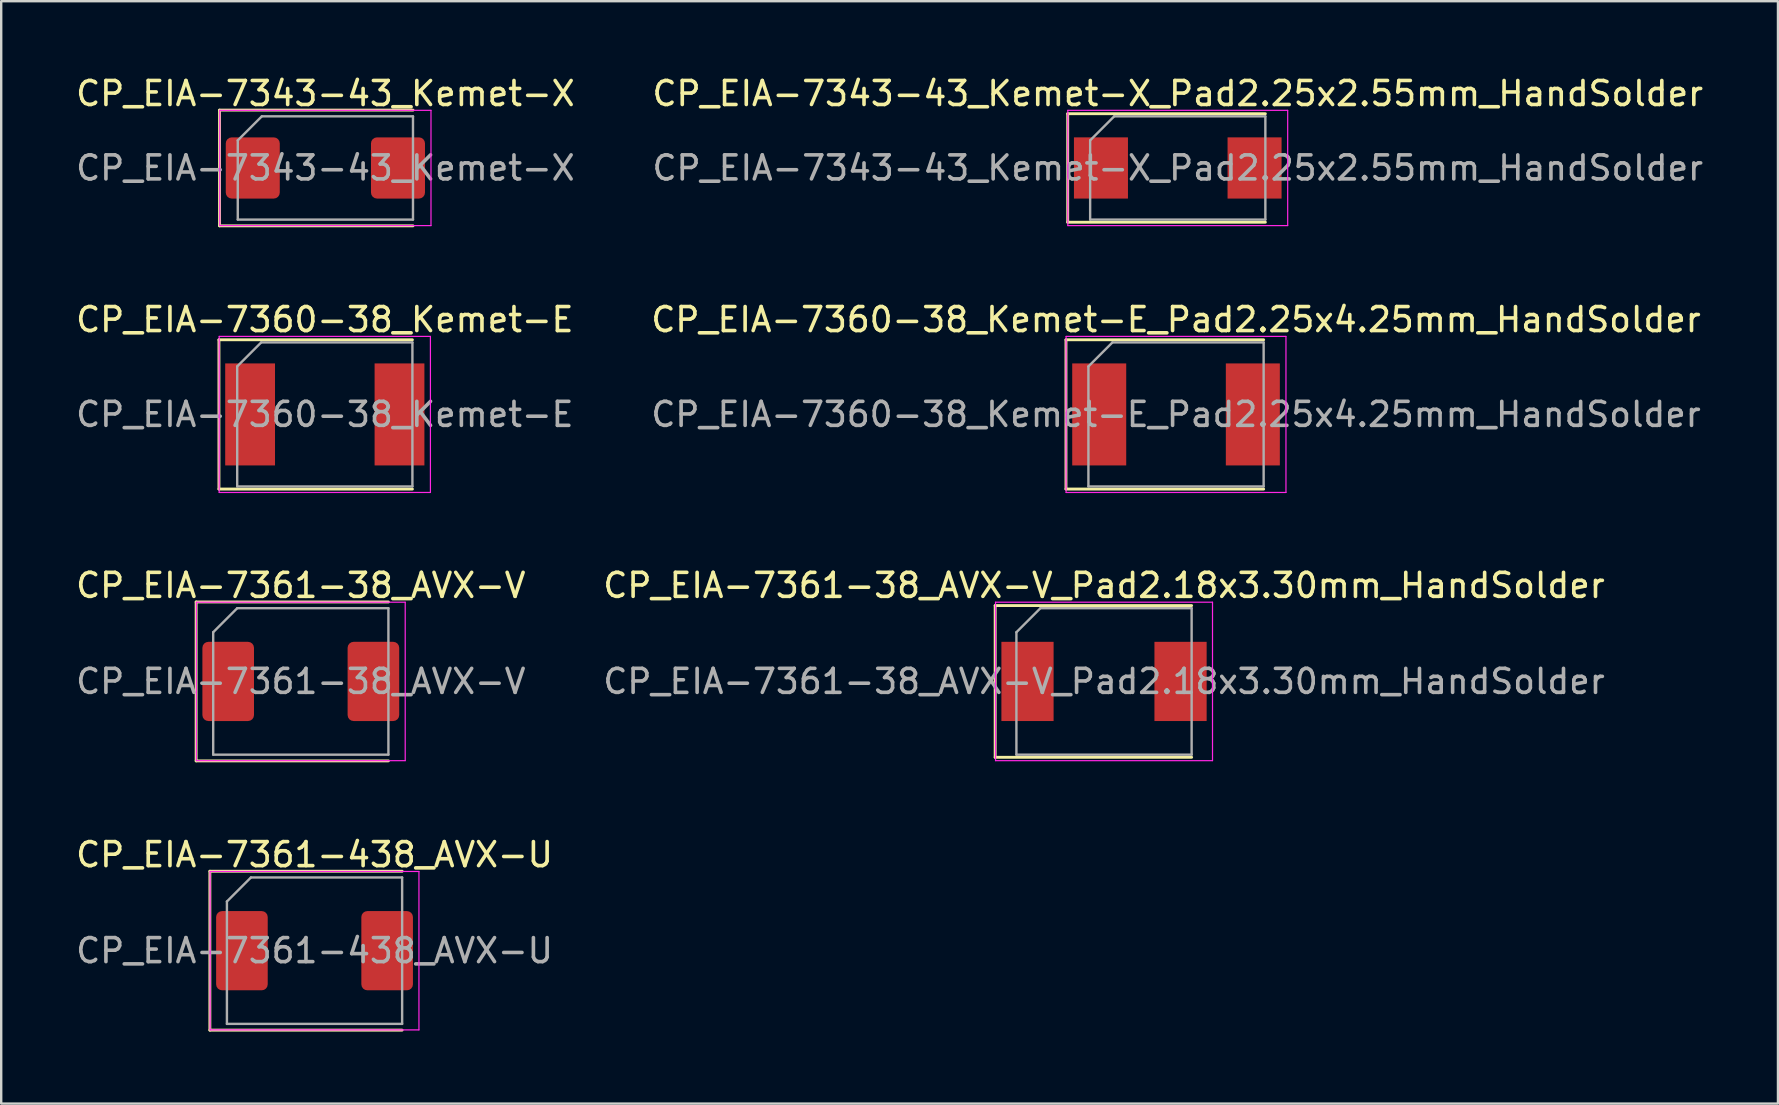
<source format=kicad_pcb>
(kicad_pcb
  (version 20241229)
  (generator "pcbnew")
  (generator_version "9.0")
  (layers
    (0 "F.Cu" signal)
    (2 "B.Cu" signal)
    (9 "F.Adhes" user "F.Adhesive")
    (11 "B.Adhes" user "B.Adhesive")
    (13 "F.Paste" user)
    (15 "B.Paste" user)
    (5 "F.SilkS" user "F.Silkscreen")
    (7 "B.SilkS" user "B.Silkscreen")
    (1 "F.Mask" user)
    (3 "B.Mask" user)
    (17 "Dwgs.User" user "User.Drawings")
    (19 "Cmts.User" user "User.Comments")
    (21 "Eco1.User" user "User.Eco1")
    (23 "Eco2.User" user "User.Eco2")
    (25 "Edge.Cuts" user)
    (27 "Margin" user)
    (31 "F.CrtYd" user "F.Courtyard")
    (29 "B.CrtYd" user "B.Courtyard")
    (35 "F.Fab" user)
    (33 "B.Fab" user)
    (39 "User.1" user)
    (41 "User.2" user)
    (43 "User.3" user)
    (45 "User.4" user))
  (footprint "CP_EIA-7361-38_AVX-V_Pad2.18x3.30mm_HandSolder"
    (layer "F.Cu")
    (at 42.946 25.34)
    (property "Reference" "CP_EIA-7361-38_AVX-V_Pad2.18x3.30mm_HandSolder" (at 0 -4 0) (layer "F.SilkS") (effects (font (size 1 1) (thickness 0.15))))
    (attr smd)
    (fp_line (start -4.535 -3.16) (end -4.535 3.16) (stroke (width 0.12) (type solid)) (layer "F.SilkS"))
    (fp_line (start -4.535 3.16) (end 3.65 3.16) (stroke (width 0.12) (type solid)) (layer "F.SilkS"))
    (fp_line (start 3.65 -3.16) (end -4.535 -3.16) (stroke (width 0.12) (type solid)) (layer "F.SilkS"))
    (fp_line (start -4.52 -3.3) (end 4.52 -3.3) (stroke (width 0.05) (type solid)) (layer "F.CrtYd"))
    (fp_line (start -4.52 3.3) (end -4.52 -3.3) (stroke (width 0.05) (type solid)) (layer "F.CrtYd"))
    (fp_line (start 4.52 -3.3) (end 4.52 3.3) (stroke (width 0.05) (type solid)) (layer "F.CrtYd"))
    (fp_line (start 4.52 3.3) (end -4.52 3.3) (stroke (width 0.05) (type solid)) (layer "F.CrtYd"))
    (fp_line (start -3.65 -2.05) (end -3.65 3.05) (stroke (width 0.1) (type solid)) (layer "F.Fab"))
    (fp_line (start -3.65 3.05) (end 3.65 3.05) (stroke (width 0.1) (type solid)) (layer "F.Fab"))
    (fp_line (start -2.65 -3.05) (end -3.65 -2.05) (stroke (width 0.1) (type solid)) (layer "F.Fab"))
    (fp_line (start 3.65 -3.05) (end -2.65 -3.05) (stroke (width 0.1) (type solid)) (layer "F.Fab"))
    (fp_line (start 3.65 3.05) (end 3.65 -3.05) (stroke (width 0.1) (type solid)) (layer "F.Fab"))
    (fp_text user "${REFERENCE}" (at 0 0 0) (layer "F.Fab") (effects (font (size 1 1) (thickness 0.15))))
    (pad "1" smd rect (at -3.188 0) (size 2.175 3.3) (layers "F.Cu" "F.Mask" "F.Paste"))
    (pad "2" smd rect (at 3.188 0) (size 2.175 3.3) (layers "F.Cu" "F.Mask" "F.Paste")))
  (footprint "CP_EIA-7343-43_Kemet-X"
    (layer "F.Cu")
    (at 10.506 3.948)
    (property "Reference" "CP_EIA-7343-43_Kemet-X" (at 0 -3.1 0) (layer "F.SilkS") (effects (font (size 1 1) (thickness 0.15))))
    (attr smd)
    (fp_line (start -4.41 -2.41) (end -4.41 2.41) (stroke (width 0.12) (type solid)) (layer "F.SilkS"))
    (fp_line (start -4.41 2.41) (end 3.65 2.41) (stroke (width 0.12) (type solid)) (layer "F.SilkS"))
    (fp_line (start 3.65 -2.41) (end -4.41 -2.41) (stroke (width 0.12) (type solid)) (layer "F.SilkS"))
    (fp_line (start -4.4 -2.4) (end 4.4 -2.4) (stroke (width 0.05) (type solid)) (layer "F.CrtYd"))
    (fp_line (start -4.4 2.4) (end -4.4 -2.4) (stroke (width 0.05) (type solid)) (layer "F.CrtYd"))
    (fp_line (start 4.4 -2.4) (end 4.4 2.4) (stroke (width 0.05) (type solid)) (layer "F.CrtYd"))
    (fp_line (start 4.4 2.4) (end -4.4 2.4) (stroke (width 0.05) (type solid)) (layer "F.CrtYd"))
    (fp_line (start -3.65 -1.15) (end -3.65 2.15) (stroke (width 0.1) (type solid)) (layer "F.Fab"))
    (fp_line (start -3.65 2.15) (end 3.65 2.15) (stroke (width 0.1) (type solid)) (layer "F.Fab"))
    (fp_line (start -2.65 -2.15) (end -3.65 -1.15) (stroke (width 0.1) (type solid)) (layer "F.Fab"))
    (fp_line (start 3.65 -2.15) (end -2.65 -2.15) (stroke (width 0.1) (type solid)) (layer "F.Fab"))
    (fp_line (start 3.65 2.15) (end 3.65 -2.15) (stroke (width 0.1) (type solid)) (layer "F.Fab"))
    (fp_text user "${REFERENCE}" (at 0 0 0) (layer "F.Fab") (effects (font (size 1 1) (thickness 0.15))))
    (pad "1" smd roundrect (at -3.025 0) (size 2.25 2.55) (layers "F.Cu" "F.Mask" "F.Paste") (roundrect_rratio 0.111))
    (pad "2" smd roundrect (at 3.025 0) (size 2.25 2.55) (layers "F.Cu" "F.Mask" "F.Paste") (roundrect_rratio 0.111)))
  (footprint "CP_EIA-7360-38_Kemet-E"
    (layer "F.Cu")
    (at 10.482 14.216)
    (property "Reference" "CP_EIA-7360-38_Kemet-E" (at 0 -3.95 0) (layer "F.SilkS") (effects (font (size 1 1) (thickness 0.15))))
    (attr smd)
    (fp_line (start -4.41 -3.11) (end -4.41 3.11) (stroke (width 0.12) (type solid)) (layer "F.SilkS"))
    (fp_line (start -4.41 3.11) (end 3.65 3.11) (stroke (width 0.12) (type solid)) (layer "F.SilkS"))
    (fp_line (start 3.65 -3.11) (end -4.41 -3.11) (stroke (width 0.12) (type solid)) (layer "F.SilkS"))
    (fp_line (start -4.4 -3.25) (end 4.4 -3.25) (stroke (width 0.05) (type solid)) (layer "F.CrtYd"))
    (fp_line (start -4.4 3.25) (end -4.4 -3.25) (stroke (width 0.05) (type solid)) (layer "F.CrtYd"))
    (fp_line (start 4.4 -3.25) (end 4.4 3.25) (stroke (width 0.05) (type solid)) (layer "F.CrtYd"))
    (fp_line (start 4.4 3.25) (end -4.4 3.25) (stroke (width 0.05) (type solid)) (layer "F.CrtYd"))
    (fp_line (start -3.65 -2) (end -3.65 3) (stroke (width 0.1) (type solid)) (layer "F.Fab"))
    (fp_line (start -3.65 3) (end 3.65 3) (stroke (width 0.1) (type solid)) (layer "F.Fab"))
    (fp_line (start -2.65 -3) (end -3.65 -2) (stroke (width 0.1) (type solid)) (layer "F.Fab"))
    (fp_line (start 3.65 -3) (end -2.65 -3) (stroke (width 0.1) (type solid)) (layer "F.Fab"))
    (fp_line (start 3.65 3) (end 3.65 -3) (stroke (width 0.1) (type solid)) (layer "F.Fab"))
    (fp_text user "${REFERENCE}" (at 0 0 0) (layer "F.Fab") (effects (font (size 1 1) (thickness 0.15))))
    (pad "1" smd rect (at -3.112 0) (size 2.075 4.25) (layers "F.Cu" "F.Mask" "F.Paste"))
    (pad "2" smd rect (at 3.112 0) (size 2.075 4.25) (layers "F.Cu" "F.Mask" "F.Paste")))
  (footprint "CP_EIA-7361-438_AVX-U"
    (layer "F.Cu")
    (at 10.054 36.558)
    (property "Reference" "CP_EIA-7361-438_AVX-U" (at 0 -4 0) (layer "F.SilkS") (effects (font (size 1 1) (thickness 0.15))))
    (attr smd)
    (fp_line (start -4.36 -3.31) (end -4.36 3.31) (stroke (width 0.12) (type solid)) (layer "F.SilkS"))
    (fp_line (start -4.36 3.31) (end 3.65 3.31) (stroke (width 0.12) (type solid)) (layer "F.SilkS"))
    (fp_line (start 3.65 -3.31) (end -4.36 -3.31) (stroke (width 0.12) (type solid)) (layer "F.SilkS"))
    (fp_line (start -4.35 -3.3) (end 4.35 -3.3) (stroke (width 0.05) (type solid)) (layer "F.CrtYd"))
    (fp_line (start -4.35 3.3) (end -4.35 -3.3) (stroke (width 0.05) (type solid)) (layer "F.CrtYd"))
    (fp_line (start 4.35 -3.3) (end 4.35 3.3) (stroke (width 0.05) (type solid)) (layer "F.CrtYd"))
    (fp_line (start 4.35 3.3) (end -4.35 3.3) (stroke (width 0.05) (type solid)) (layer "F.CrtYd"))
    (fp_line (start -3.65 -2.05) (end -3.65 3.05) (stroke (width 0.1) (type solid)) (layer "F.Fab"))
    (fp_line (start -3.65 3.05) (end 3.65 3.05) (stroke (width 0.1) (type solid)) (layer "F.Fab"))
    (fp_line (start -2.65 -3.05) (end -3.65 -2.05) (stroke (width 0.1) (type solid)) (layer "F.Fab"))
    (fp_line (start 3.65 -3.05) (end -2.65 -3.05) (stroke (width 0.1) (type solid)) (layer "F.Fab"))
    (fp_line (start 3.65 3.05) (end 3.65 -3.05) (stroke (width 0.1) (type solid)) (layer "F.Fab"))
    (fp_text user "${REFERENCE}" (at 0 0 0) (layer "F.Fab") (effects (font (size 1 1) (thickness 0.15))))
    (pad "1" smd roundrect (at -3.025 0) (size 2.15 3.3) (layers "F.Cu" "F.Mask" "F.Paste") (roundrect_rratio 0.116))
    (pad "2" smd roundrect (at 3.025 0) (size 2.15 3.3) (layers "F.Cu" "F.Mask" "F.Paste") (roundrect_rratio 0.116)))
  (footprint "CP_EIA-7360-38_Kemet-E_Pad2.25x4.25mm_HandSolder"
    (layer "F.Cu")
    (at 45.946 14.216)
    (property "Reference" "CP_EIA-7360-38_Kemet-E_Pad2.25x4.25mm_HandSolder" (at 0 -3.95 0) (layer "F.SilkS") (effects (font (size 1 1) (thickness 0.15))))
    (attr smd)
    (fp_line (start -4.585 -3.11) (end -4.585 3.11) (stroke (width 0.12) (type solid)) (layer "F.SilkS"))
    (fp_line (start -4.585 3.11) (end 3.65 3.11) (stroke (width 0.12) (type solid)) (layer "F.SilkS"))
    (fp_line (start 3.65 -3.11) (end -4.585 -3.11) (stroke (width 0.12) (type solid)) (layer "F.SilkS"))
    (fp_line (start -4.58 -3.25) (end 4.58 -3.25) (stroke (width 0.05) (type solid)) (layer "F.CrtYd"))
    (fp_line (start -4.58 3.25) (end -4.58 -3.25) (stroke (width 0.05) (type solid)) (layer "F.CrtYd"))
    (fp_line (start 4.58 -3.25) (end 4.58 3.25) (stroke (width 0.05) (type solid)) (layer "F.CrtYd"))
    (fp_line (start 4.58 3.25) (end -4.58 3.25) (stroke (width 0.05) (type solid)) (layer "F.CrtYd"))
    (fp_line (start -3.65 -2) (end -3.65 3) (stroke (width 0.1) (type solid)) (layer "F.Fab"))
    (fp_line (start -3.65 3) (end 3.65 3) (stroke (width 0.1) (type solid)) (layer "F.Fab"))
    (fp_line (start -2.65 -3) (end -3.65 -2) (stroke (width 0.1) (type solid)) (layer "F.Fab"))
    (fp_line (start 3.65 -3) (end -2.65 -3) (stroke (width 0.1) (type solid)) (layer "F.Fab"))
    (fp_line (start 3.65 3) (end 3.65 -3) (stroke (width 0.1) (type solid)) (layer "F.Fab"))
    (fp_text user "${REFERENCE}" (at 0 0 0) (layer "F.Fab") (effects (font (size 1 1) (thickness 0.15))))
    (pad "1" smd rect (at -3.2 0) (size 2.25 4.25) (layers "F.Cu" "F.Mask" "F.Paste"))
    (pad "2" smd rect (at 3.2 0) (size 2.25 4.25) (layers "F.Cu" "F.Mask" "F.Paste")))
  (footprint "CP_EIA-7361-38_AVX-V"
    (layer "F.Cu")
    (at 9.482 25.34)
    (property "Reference" "CP_EIA-7361-38_AVX-V" (at 0 -4 0) (layer "F.SilkS") (effects (font (size 1 1) (thickness 0.15))))
    (attr smd)
    (fp_line (start -4.36 -3.31) (end -4.36 3.31) (stroke (width 0.12) (type solid)) (layer "F.SilkS"))
    (fp_line (start -4.36 3.31) (end 3.65 3.31) (stroke (width 0.12) (type solid)) (layer "F.SilkS"))
    (fp_line (start 3.65 -3.31) (end -4.36 -3.31) (stroke (width 0.12) (type solid)) (layer "F.SilkS"))
    (fp_line (start -4.35 -3.3) (end 4.35 -3.3) (stroke (width 0.05) (type solid)) (layer "F.CrtYd"))
    (fp_line (start -4.35 3.3) (end -4.35 -3.3) (stroke (width 0.05) (type solid)) (layer "F.CrtYd"))
    (fp_line (start 4.35 -3.3) (end 4.35 3.3) (stroke (width 0.05) (type solid)) (layer "F.CrtYd"))
    (fp_line (start 4.35 3.3) (end -4.35 3.3) (stroke (width 0.05) (type solid)) (layer "F.CrtYd"))
    (fp_line (start -3.65 -2.05) (end -3.65 3.05) (stroke (width 0.1) (type solid)) (layer "F.Fab"))
    (fp_line (start -3.65 3.05) (end 3.65 3.05) (stroke (width 0.1) (type solid)) (layer "F.Fab"))
    (fp_line (start -2.65 -3.05) (end -3.65 -2.05) (stroke (width 0.1) (type solid)) (layer "F.Fab"))
    (fp_line (start 3.65 -3.05) (end -2.65 -3.05) (stroke (width 0.1) (type solid)) (layer "F.Fab"))
    (fp_line (start 3.65 3.05) (end 3.65 -3.05) (stroke (width 0.1) (type solid)) (layer "F.Fab"))
    (fp_text user "${REFERENCE}" (at 0 0 0) (layer "F.Fab") (effects (font (size 1 1) (thickness 0.15))))
    (pad "1" smd roundrect (at -3.025 0) (size 2.15 3.3) (layers "F.Cu" "F.Mask" "F.Paste") (roundrect_rratio 0.116))
    (pad "2" smd roundrect (at 3.025 0) (size 2.15 3.3) (layers "F.Cu" "F.Mask" "F.Paste") (roundrect_rratio 0.116)))
  (footprint "CP_EIA-7343-43_Kemet-X_Pad2.25x2.55mm_HandSolder"
    (layer "F.Cu")
    (at 46.018 3.948)
    (property "Reference" "CP_EIA-7343-43_Kemet-X_Pad2.25x2.55mm_HandSolder" (at 0 -3.1 0) (layer "F.SilkS") (effects (font (size 1 1) (thickness 0.15))))
    (attr smd)
    (fp_line (start -4.585 -2.26) (end -4.585 2.26) (stroke (width 0.12) (type solid)) (layer "F.SilkS"))
    (fp_line (start -4.585 2.26) (end 3.65 2.26) (stroke (width 0.12) (type solid)) (layer "F.SilkS"))
    (fp_line (start 3.65 -2.26) (end -4.585 -2.26) (stroke (width 0.12) (type solid)) (layer "F.SilkS"))
    (fp_line (start -4.58 -2.4) (end 4.58 -2.4) (stroke (width 0.05) (type solid)) (layer "F.CrtYd"))
    (fp_line (start -4.58 2.4) (end -4.58 -2.4) (stroke (width 0.05) (type solid)) (layer "F.CrtYd"))
    (fp_line (start 4.58 -2.4) (end 4.58 2.4) (stroke (width 0.05) (type solid)) (layer "F.CrtYd"))
    (fp_line (start 4.58 2.4) (end -4.58 2.4) (stroke (width 0.05) (type solid)) (layer "F.CrtYd"))
    (fp_line (start -3.65 -1.15) (end -3.65 2.15) (stroke (width 0.1) (type solid)) (layer "F.Fab"))
    (fp_line (start -3.65 2.15) (end 3.65 2.15) (stroke (width 0.1) (type solid)) (layer "F.Fab"))
    (fp_line (start -2.65 -2.15) (end -3.65 -1.15) (stroke (width 0.1) (type solid)) (layer "F.Fab"))
    (fp_line (start 3.65 -2.15) (end -2.65 -2.15) (stroke (width 0.1) (type solid)) (layer "F.Fab"))
    (fp_line (start 3.65 2.15) (end 3.65 -2.15) (stroke (width 0.1) (type solid)) (layer "F.Fab"))
    (fp_text user "${REFERENCE}" (at 0 0 0) (layer "F.Fab") (effects (font (size 1 1) (thickness 0.15))))
    (pad "1" smd rect (at -3.2 0) (size 2.25 2.55) (layers "F.Cu" "F.Mask" "F.Paste"))
    (pad "2" smd rect (at 3.2 0) (size 2.25 2.55) (layers "F.Cu" "F.Mask" "F.Paste")))
  (gr_rect
    (start -3 -3)
    (end 71.024 42.928)
    (stroke (width 0.1) (type default))
    (fill no)
    (layer "Edge.Cuts")))
</source>
